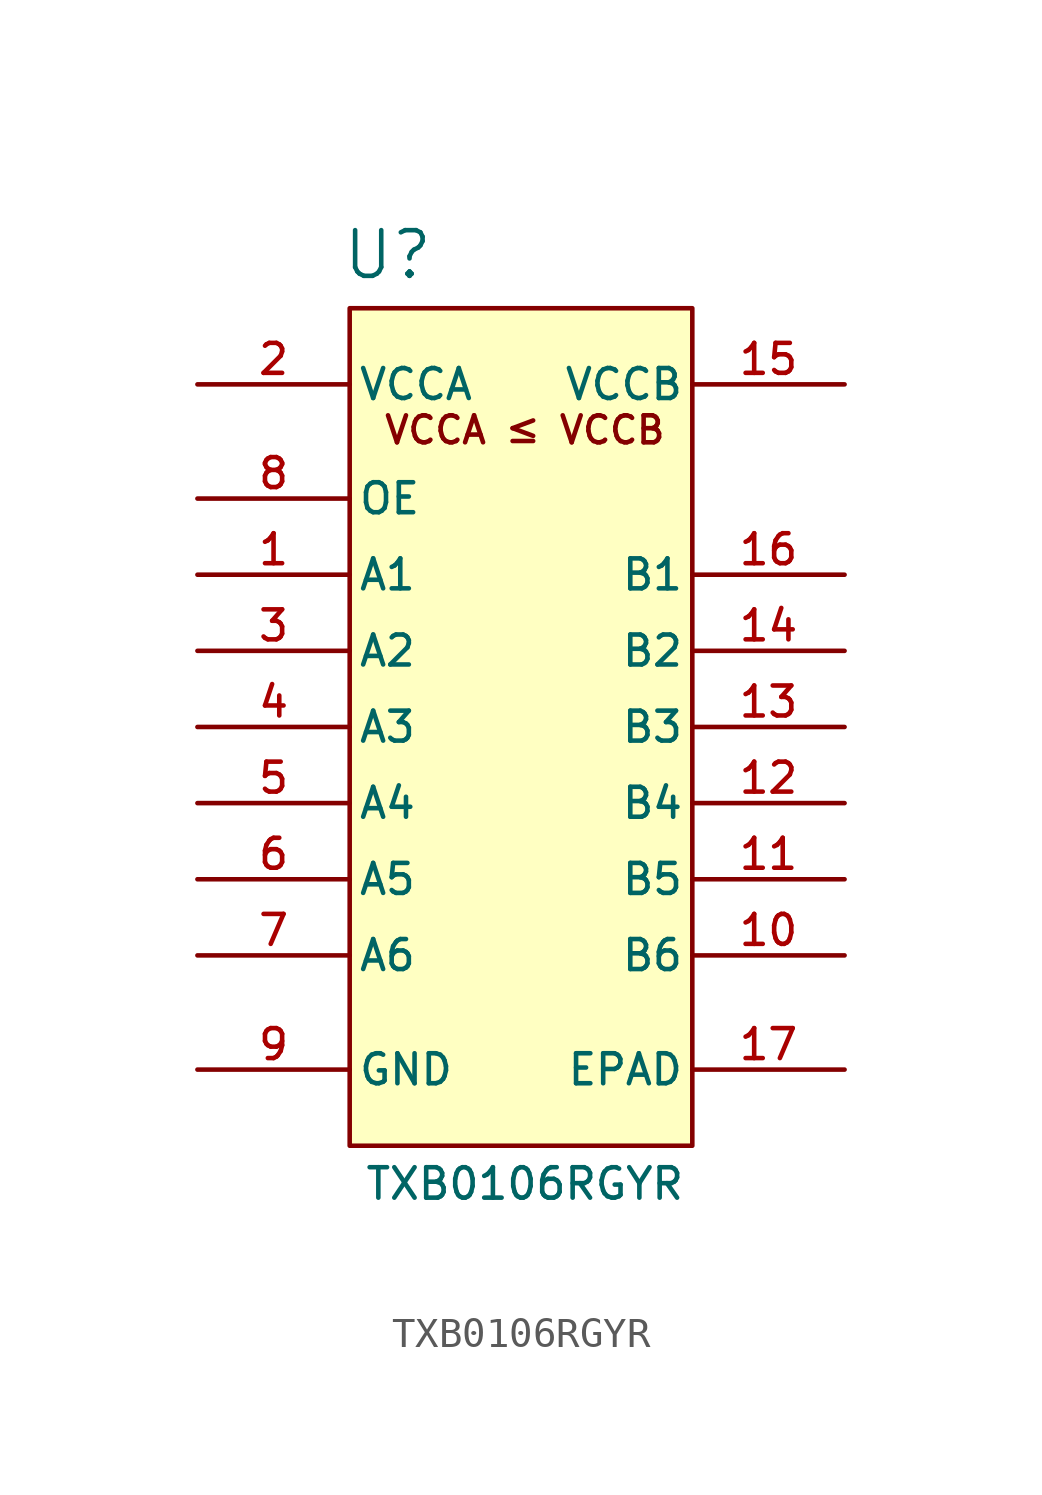
<source format=kicad_sym>
(kicad_symbol_lib
  (version 20241209)
  (generator "kicad_symbol_editor")
  (generator_version "9.0")
  (symbol "TXB0106RGYR"
    (pin_names
      (offset 0.254))
    (property "Reference" "U"
      (at 1.27 1.778 0)
      (effects (font (size 1.524 1.524))))
    (property "Value" "TXB0106RGYR"
      (at 5.842 -29.21 0)
      (effects (font (size 1.016 1.016))))
    (property "ki_locked" ""
      (at 0 0 0)
      (effects (font (size 1.27 1.27))))
    (symbol "TXB0106RGYR_0_1"
      (pin power_in line (at -5.08 -2.54 0) (length 5.08) (name "VCCA" (effects (font (size 1 1)))) (number "2" (effects (font (size 1 1)))))
      (pin bidirectional line (at -5.08 -8.89 0) (length 5.08) (name "A1" (effects (font (size 1 1)))) (number "1" (effects (font (size 1 1)))))
      (pin bidirectional line (at -5.08 -11.43 0) (length 5.08) (name "A2" (effects (font (size 1 1)))) (number "3" (effects (font (size 1 1)))))
      (pin bidirectional line (at -5.08 -13.97 0) (length 5.08) (name "A3" (effects (font (size 1 1)))) (number "4" (effects (font (size 1 1)))))
      (pin bidirectional line (at -5.08 -16.51 0) (length 5.08) (name "A4" (effects (font (size 1 1)))) (number "5" (effects (font (size 1 1)))))
      (pin bidirectional line (at -5.08 -19.05 0) (length 5.08) (name "A5" (effects (font (size 1 1)))) (number "6" (effects (font (size 1 1)))))
      (pin bidirectional line (at -5.08 -21.59 0) (length 5.08) (name "A6" (effects (font (size 1 1)))) (number "7" (effects (font (size 1 1)))))
      (pin power_in line (at -5.08 -25.4 0) (length 5.08) (name "GND" (effects (font (size 1 1)))) (number "9" (effects (font (size 1 1)))))
      (pin power_in line (at 16.51 -2.54 180) (length 5.08) (name "VCCB" (effects (font (size 1 1)))) (number "15" (effects (font (size 1 1)))))
      (pin bidirectional line (at 16.51 -8.89 180) (length 5.08) (name "B1" (effects (font (size 1 1)))) (number "16" (effects (font (size 1 1)))))
      (pin bidirectional line (at 16.51 -11.43 180) (length 5.08) (name "B2" (effects (font (size 1 1)))) (number "14" (effects (font (size 1 1)))))
      (pin bidirectional line (at 16.51 -13.97 180) (length 5.08) (name "B3" (effects (font (size 1 1)))) (number "13" (effects (font (size 1 1)))))
      (pin bidirectional line (at 16.51 -16.51 180) (length 5.08) (name "B4" (effects (font (size 1 1)))) (number "12" (effects (font (size 1 1)))))
      (pin bidirectional line (at 16.51 -19.05 180) (length 5.08) (name "B5" (effects (font (size 1 1)))) (number "11" (effects (font (size 1 1)))))
      (pin bidirectional line (at 16.51 -21.59 180) (length 5.08) (name "B6" (effects (font (size 1 1)))) (number "10" (effects (font (size 1 1)))))
      (pin unspecified line (at 16.51 -25.4 180) (length 5.08) (name "EPAD" (effects (font (size 1 1)))) (number "17" (effects (font (size 1 1))))))
    (symbol "TXB0106RGYR_1_1"
      (rectangle (start 0 0) (end 11.43 -27.94) (stroke (width 0) (type solid)) (fill (type background)))
      (text "VCCA ≤ VCCB" (at 5.842 -4.064 0) (effects (font (size 0.9 0.9))))
      (pin input line (at -5.08 -6.35 0) (length 5.08) (name "OE" (effects (font (size 1 1)))) (number "8" (effects (font (size 1 1))))))))
</source>
